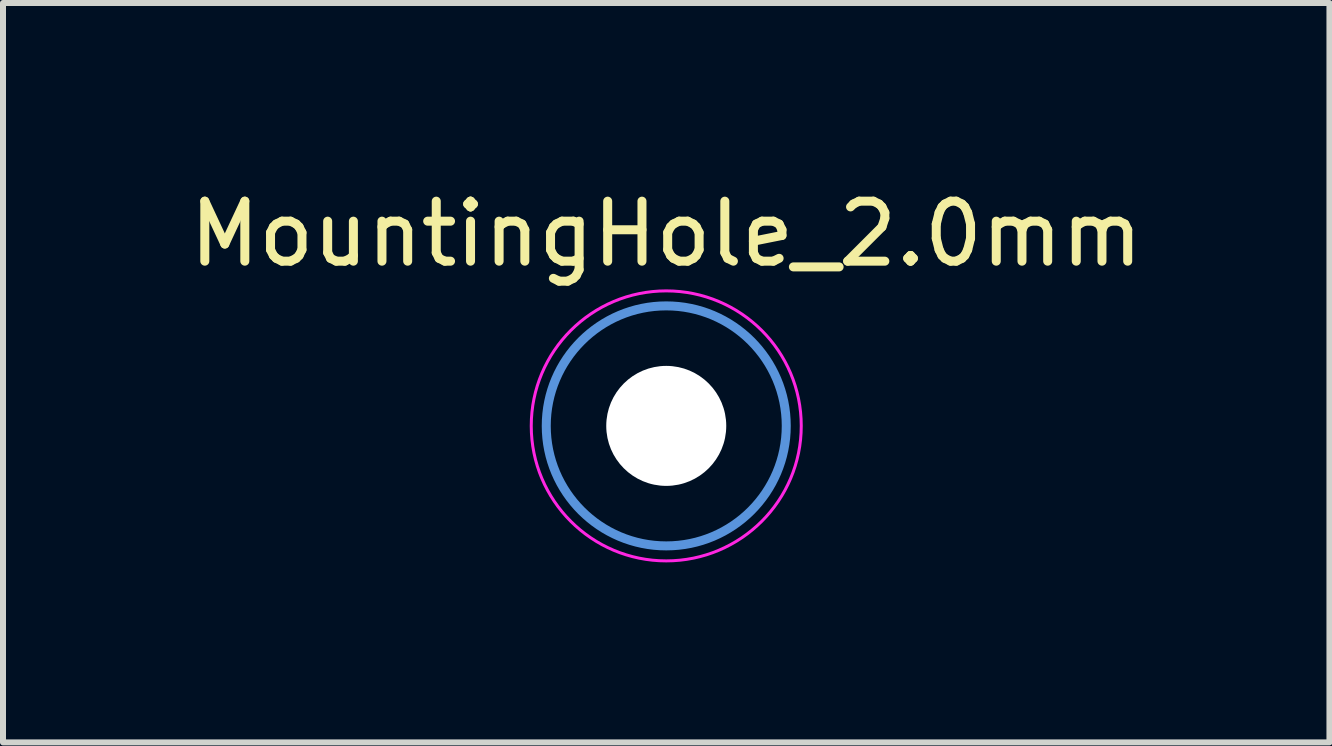
<source format=kicad_pcb>
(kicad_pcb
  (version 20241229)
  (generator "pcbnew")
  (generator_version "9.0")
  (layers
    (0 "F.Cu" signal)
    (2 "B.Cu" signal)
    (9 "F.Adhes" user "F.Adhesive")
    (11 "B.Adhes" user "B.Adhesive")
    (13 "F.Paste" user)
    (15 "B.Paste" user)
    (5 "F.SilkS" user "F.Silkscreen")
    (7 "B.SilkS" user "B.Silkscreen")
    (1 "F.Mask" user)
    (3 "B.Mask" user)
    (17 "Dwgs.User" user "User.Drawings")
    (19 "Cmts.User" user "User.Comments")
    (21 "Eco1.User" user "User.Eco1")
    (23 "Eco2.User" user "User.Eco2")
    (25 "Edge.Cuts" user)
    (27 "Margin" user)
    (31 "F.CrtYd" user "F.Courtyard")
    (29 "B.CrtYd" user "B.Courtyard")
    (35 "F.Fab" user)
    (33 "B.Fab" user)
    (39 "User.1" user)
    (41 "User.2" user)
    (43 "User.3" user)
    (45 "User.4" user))
  (footprint "MountingHole_2.0mm"
    (layer "F.Cu")
    (at 8.054 4.048)
    (property "Reference" "MountingHole_2.0mm" (at 0 -3.2 0) (layer "F.SilkS") (effects (font (size 1 1) (thickness 0.15))))
    (attr exclude_from_pos_files exclude_from_bom)
    (fp_circle (center 0 0) (end 2 0) (stroke (width 0.15) (type solid)) (fill no) (layer "Cmts.User"))
    (fp_circle (center 0 0) (end 2.25 0) (stroke (width 0.05) (type solid)) (fill no) (layer "F.CrtYd"))
    (pad "" np_thru_hole circle (at 0 0) (size 2 2) (drill 2) (layers "*.Cu" "*.Mask")))
  (gr_rect
    (start -3 -3)
    (end 19.107 9.323)
    (stroke (width 0.1) (type default))
    (fill no)
    (layer "Edge.Cuts")))
</source>
